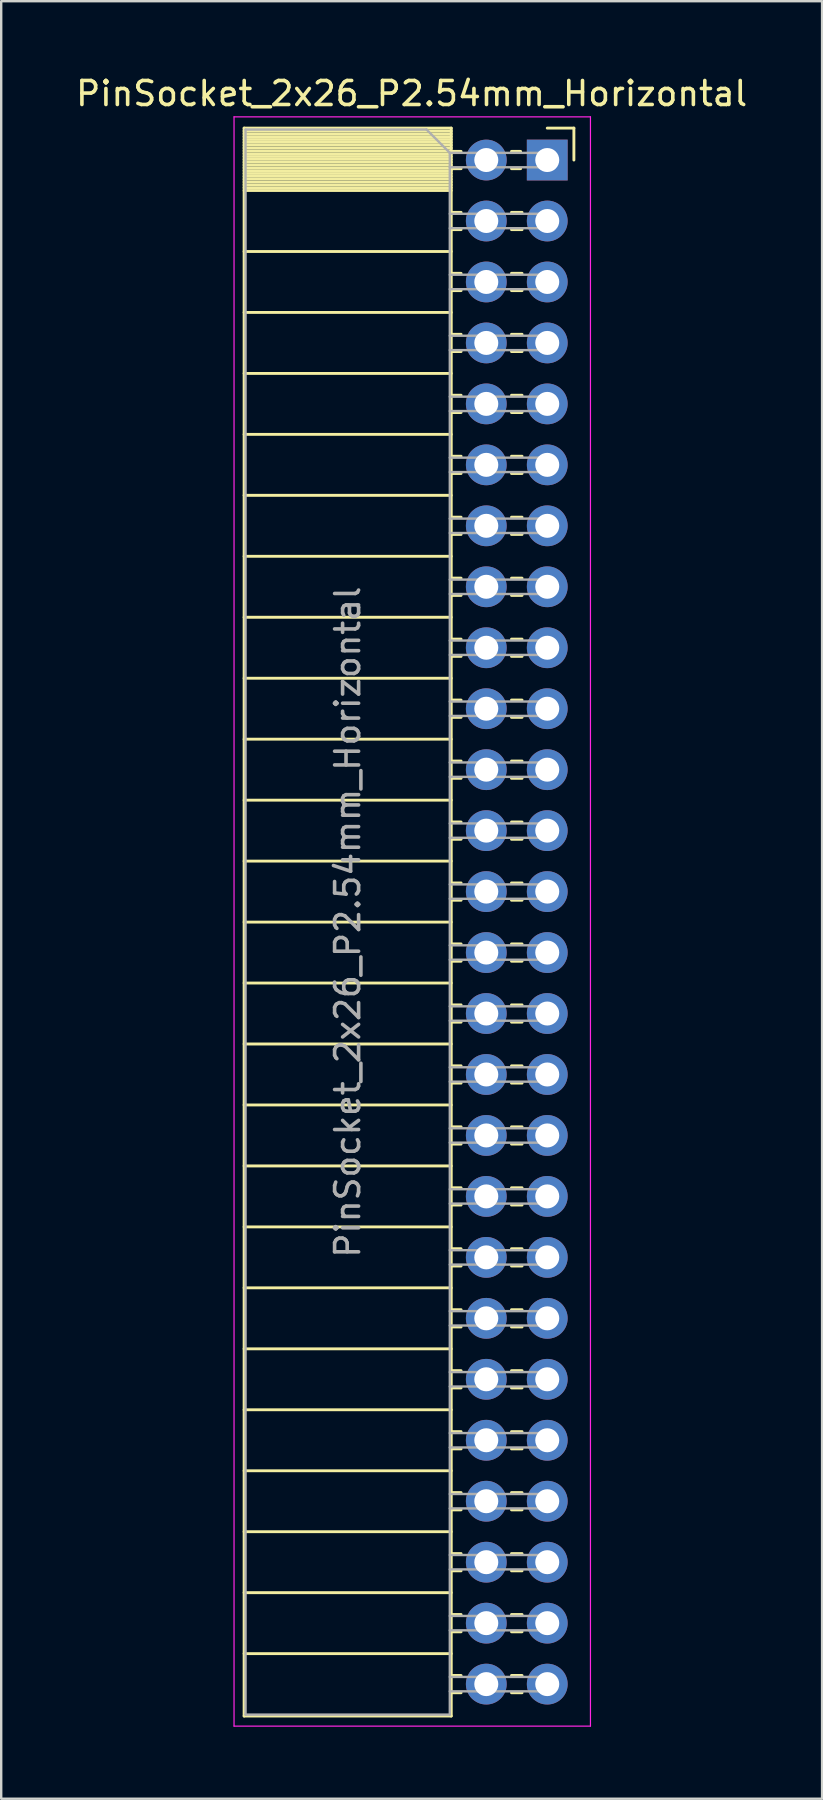
<source format=kicad_pcb>
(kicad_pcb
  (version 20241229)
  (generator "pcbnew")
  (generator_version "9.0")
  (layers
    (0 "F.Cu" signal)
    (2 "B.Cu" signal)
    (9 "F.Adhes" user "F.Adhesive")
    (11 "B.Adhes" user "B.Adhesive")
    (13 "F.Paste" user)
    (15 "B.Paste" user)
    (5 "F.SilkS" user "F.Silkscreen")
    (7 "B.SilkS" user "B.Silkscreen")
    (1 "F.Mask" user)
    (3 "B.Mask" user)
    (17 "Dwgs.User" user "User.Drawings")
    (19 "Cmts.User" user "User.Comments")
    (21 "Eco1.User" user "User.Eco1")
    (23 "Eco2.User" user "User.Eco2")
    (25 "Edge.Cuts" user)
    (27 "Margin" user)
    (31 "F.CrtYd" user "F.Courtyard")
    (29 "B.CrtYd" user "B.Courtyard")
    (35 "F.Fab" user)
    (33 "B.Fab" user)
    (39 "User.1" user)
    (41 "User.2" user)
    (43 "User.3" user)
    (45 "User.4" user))
  (footprint "PinSocket_2x26_P2.54mm_Horizontal"
    (layer "F.Cu")
    (at 19.751 3.618)
    (property "Reference" "PinSocket_2x26_P2.54mm_Horizontal" (at -5.65 -2.77 0) (layer "F.SilkS") (effects (font (size 1 1) (thickness 0.15))))
    (attr through_hole)
    (fp_line (start -12.63 -1.33) (end -12.63 64.83) (stroke (width 0.12) (type solid)) (layer "F.SilkS"))
    (fp_line (start -12.63 -1.33) (end -4 -1.33) (stroke (width 0.12) (type solid)) (layer "F.SilkS"))
    (fp_line (start -12.63 -1.21) (end -4 -1.21) (stroke (width 0.12) (type solid)) (layer "F.SilkS"))
    (fp_line (start -12.63 -1.092) (end -4 -1.092) (stroke (width 0.12) (type solid)) (layer "F.SilkS"))
    (fp_line (start -12.63 -0.974) (end -4 -0.974) (stroke (width 0.12) (type solid)) (layer "F.SilkS"))
    (fp_line (start -12.63 -0.856) (end -4 -0.856) (stroke (width 0.12) (type solid)) (layer "F.SilkS"))
    (fp_line (start -12.63 -0.738) (end -4 -0.738) (stroke (width 0.12) (type solid)) (layer "F.SilkS"))
    (fp_line (start -12.63 -0.62) (end -4 -0.62) (stroke (width 0.12) (type solid)) (layer "F.SilkS"))
    (fp_line (start -12.63 -0.501) (end -4 -0.501) (stroke (width 0.12) (type solid)) (layer "F.SilkS"))
    (fp_line (start -12.63 -0.383) (end -4 -0.383) (stroke (width 0.12) (type solid)) (layer "F.SilkS"))
    (fp_line (start -12.63 -0.265) (end -4 -0.265) (stroke (width 0.12) (type solid)) (layer "F.SilkS"))
    (fp_line (start -12.63 -0.147) (end -4 -0.147) (stroke (width 0.12) (type solid)) (layer "F.SilkS"))
    (fp_line (start -12.63 -0.029) (end -4 -0.029) (stroke (width 0.12) (type solid)) (layer "F.SilkS"))
    (fp_line (start -12.63 0.089) (end -4 0.089) (stroke (width 0.12) (type solid)) (layer "F.SilkS"))
    (fp_line (start -12.63 0.207) (end -4 0.207) (stroke (width 0.12) (type solid)) (layer "F.SilkS"))
    (fp_line (start -12.63 0.325) (end -4 0.325) (stroke (width 0.12) (type solid)) (layer "F.SilkS"))
    (fp_line (start -12.63 0.443) (end -4 0.443) (stroke (width 0.12) (type solid)) (layer "F.SilkS"))
    (fp_line (start -12.63 0.561) (end -4 0.561) (stroke (width 0.12) (type solid)) (layer "F.SilkS"))
    (fp_line (start -12.63 0.68) (end -4 0.68) (stroke (width 0.12) (type solid)) (layer "F.SilkS"))
    (fp_line (start -12.63 0.798) (end -4 0.798) (stroke (width 0.12) (type solid)) (layer "F.SilkS"))
    (fp_line (start -12.63 0.916) (end -4 0.916) (stroke (width 0.12) (type solid)) (layer "F.SilkS"))
    (fp_line (start -12.63 1.034) (end -4 1.034) (stroke (width 0.12) (type solid)) (layer "F.SilkS"))
    (fp_line (start -12.63 1.152) (end -4 1.152) (stroke (width 0.12) (type solid)) (layer "F.SilkS"))
    (fp_line (start -12.63 1.27) (end -4 1.27) (stroke (width 0.12) (type solid)) (layer "F.SilkS"))
    (fp_line (start -12.63 3.81) (end -4 3.81) (stroke (width 0.12) (type solid)) (layer "F.SilkS"))
    (fp_line (start -12.63 6.35) (end -4 6.35) (stroke (width 0.12) (type solid)) (layer "F.SilkS"))
    (fp_line (start -12.63 8.89) (end -4 8.89) (stroke (width 0.12) (type solid)) (layer "F.SilkS"))
    (fp_line (start -12.63 11.43) (end -4 11.43) (stroke (width 0.12) (type solid)) (layer "F.SilkS"))
    (fp_line (start -12.63 13.97) (end -4 13.97) (stroke (width 0.12) (type solid)) (layer "F.SilkS"))
    (fp_line (start -12.63 16.51) (end -4 16.51) (stroke (width 0.12) (type solid)) (layer "F.SilkS"))
    (fp_line (start -12.63 19.05) (end -4 19.05) (stroke (width 0.12) (type solid)) (layer "F.SilkS"))
    (fp_line (start -12.63 21.59) (end -4 21.59) (stroke (width 0.12) (type solid)) (layer "F.SilkS"))
    (fp_line (start -12.63 24.13) (end -4 24.13) (stroke (width 0.12) (type solid)) (layer "F.SilkS"))
    (fp_line (start -12.63 26.67) (end -4 26.67) (stroke (width 0.12) (type solid)) (layer "F.SilkS"))
    (fp_line (start -12.63 29.21) (end -4 29.21) (stroke (width 0.12) (type solid)) (layer "F.SilkS"))
    (fp_line (start -12.63 31.75) (end -4 31.75) (stroke (width 0.12) (type solid)) (layer "F.SilkS"))
    (fp_line (start -12.63 34.29) (end -4 34.29) (stroke (width 0.12) (type solid)) (layer "F.SilkS"))
    (fp_line (start -12.63 36.83) (end -4 36.83) (stroke (width 0.12) (type solid)) (layer "F.SilkS"))
    (fp_line (start -12.63 39.37) (end -4 39.37) (stroke (width 0.12) (type solid)) (layer "F.SilkS"))
    (fp_line (start -12.63 41.91) (end -4 41.91) (stroke (width 0.12) (type solid)) (layer "F.SilkS"))
    (fp_line (start -12.63 44.45) (end -4 44.45) (stroke (width 0.12) (type solid)) (layer "F.SilkS"))
    (fp_line (start -12.63 46.99) (end -4 46.99) (stroke (width 0.12) (type solid)) (layer "F.SilkS"))
    (fp_line (start -12.63 49.53) (end -4 49.53) (stroke (width 0.12) (type solid)) (layer "F.SilkS"))
    (fp_line (start -12.63 52.07) (end -4 52.07) (stroke (width 0.12) (type solid)) (layer "F.SilkS"))
    (fp_line (start -12.63 54.61) (end -4 54.61) (stroke (width 0.12) (type solid)) (layer "F.SilkS"))
    (fp_line (start -12.63 57.15) (end -4 57.15) (stroke (width 0.12) (type solid)) (layer "F.SilkS"))
    (fp_line (start -12.63 59.69) (end -4 59.69) (stroke (width 0.12) (type solid)) (layer "F.SilkS"))
    (fp_line (start -12.63 62.23) (end -4 62.23) (stroke (width 0.12) (type solid)) (layer "F.SilkS"))
    (fp_line (start -12.63 64.83) (end -4 64.83) (stroke (width 0.12) (type solid)) (layer "F.SilkS"))
    (fp_line (start -4 -1.33) (end -4 64.83) (stroke (width 0.12) (type solid)) (layer "F.SilkS"))
    (fp_line (start -4 -0.36) (end -3.59 -0.36) (stroke (width 0.12) (type solid)) (layer "F.SilkS"))
    (fp_line (start -4 0.36) (end -3.59 0.36) (stroke (width 0.12) (type solid)) (layer "F.SilkS"))
    (fp_line (start -4 2.18) (end -3.59 2.18) (stroke (width 0.12) (type solid)) (layer "F.SilkS"))
    (fp_line (start -4 2.9) (end -3.59 2.9) (stroke (width 0.12) (type solid)) (layer "F.SilkS"))
    (fp_line (start -4 4.72) (end -3.59 4.72) (stroke (width 0.12) (type solid)) (layer "F.SilkS"))
    (fp_line (start -4 5.44) (end -3.59 5.44) (stroke (width 0.12) (type solid)) (layer "F.SilkS"))
    (fp_line (start -4 7.26) (end -3.59 7.26) (stroke (width 0.12) (type solid)) (layer "F.SilkS"))
    (fp_line (start -4 7.98) (end -3.59 7.98) (stroke (width 0.12) (type solid)) (layer "F.SilkS"))
    (fp_line (start -4 9.8) (end -3.59 9.8) (stroke (width 0.12) (type solid)) (layer "F.SilkS"))
    (fp_line (start -4 10.52) (end -3.59 10.52) (stroke (width 0.12) (type solid)) (layer "F.SilkS"))
    (fp_line (start -4 12.34) (end -3.59 12.34) (stroke (width 0.12) (type solid)) (layer "F.SilkS"))
    (fp_line (start -4 13.06) (end -3.59 13.06) (stroke (width 0.12) (type solid)) (layer "F.SilkS"))
    (fp_line (start -4 14.88) (end -3.59 14.88) (stroke (width 0.12) (type solid)) (layer "F.SilkS"))
    (fp_line (start -4 15.6) (end -3.59 15.6) (stroke (width 0.12) (type solid)) (layer "F.SilkS"))
    (fp_line (start -4 17.42) (end -3.59 17.42) (stroke (width 0.12) (type solid)) (layer "F.SilkS"))
    (fp_line (start -4 18.14) (end -3.59 18.14) (stroke (width 0.12) (type solid)) (layer "F.SilkS"))
    (fp_line (start -4 19.96) (end -3.59 19.96) (stroke (width 0.12) (type solid)) (layer "F.SilkS"))
    (fp_line (start -4 20.68) (end -3.59 20.68) (stroke (width 0.12) (type solid)) (layer "F.SilkS"))
    (fp_line (start -4 22.5) (end -3.59 22.5) (stroke (width 0.12) (type solid)) (layer "F.SilkS"))
    (fp_line (start -4 23.22) (end -3.59 23.22) (stroke (width 0.12) (type solid)) (layer "F.SilkS"))
    (fp_line (start -4 25.04) (end -3.59 25.04) (stroke (width 0.12) (type solid)) (layer "F.SilkS"))
    (fp_line (start -4 25.76) (end -3.59 25.76) (stroke (width 0.12) (type solid)) (layer "F.SilkS"))
    (fp_line (start -4 27.58) (end -3.59 27.58) (stroke (width 0.12) (type solid)) (layer "F.SilkS"))
    (fp_line (start -4 28.3) (end -3.59 28.3) (stroke (width 0.12) (type solid)) (layer "F.SilkS"))
    (fp_line (start -4 30.12) (end -3.59 30.12) (stroke (width 0.12) (type solid)) (layer "F.SilkS"))
    (fp_line (start -4 30.84) (end -3.59 30.84) (stroke (width 0.12) (type solid)) (layer "F.SilkS"))
    (fp_line (start -4 32.66) (end -3.59 32.66) (stroke (width 0.12) (type solid)) (layer "F.SilkS"))
    (fp_line (start -4 33.38) (end -3.59 33.38) (stroke (width 0.12) (type solid)) (layer "F.SilkS"))
    (fp_line (start -4 35.2) (end -3.59 35.2) (stroke (width 0.12) (type solid)) (layer "F.SilkS"))
    (fp_line (start -4 35.92) (end -3.59 35.92) (stroke (width 0.12) (type solid)) (layer "F.SilkS"))
    (fp_line (start -4 37.74) (end -3.59 37.74) (stroke (width 0.12) (type solid)) (layer "F.SilkS"))
    (fp_line (start -4 38.46) (end -3.59 38.46) (stroke (width 0.12) (type solid)) (layer "F.SilkS"))
    (fp_line (start -4 40.28) (end -3.59 40.28) (stroke (width 0.12) (type solid)) (layer "F.SilkS"))
    (fp_line (start -4 41) (end -3.59 41) (stroke (width 0.12) (type solid)) (layer "F.SilkS"))
    (fp_line (start -4 42.82) (end -3.59 42.82) (stroke (width 0.12) (type solid)) (layer "F.SilkS"))
    (fp_line (start -4 43.54) (end -3.59 43.54) (stroke (width 0.12) (type solid)) (layer "F.SilkS"))
    (fp_line (start -4 45.36) (end -3.59 45.36) (stroke (width 0.12) (type solid)) (layer "F.SilkS"))
    (fp_line (start -4 46.08) (end -3.59 46.08) (stroke (width 0.12) (type solid)) (layer "F.SilkS"))
    (fp_line (start -4 47.9) (end -3.59 47.9) (stroke (width 0.12) (type solid)) (layer "F.SilkS"))
    (fp_line (start -4 48.62) (end -3.59 48.62) (stroke (width 0.12) (type solid)) (layer "F.SilkS"))
    (fp_line (start -4 50.44) (end -3.59 50.44) (stroke (width 0.12) (type solid)) (layer "F.SilkS"))
    (fp_line (start -4 51.16) (end -3.59 51.16) (stroke (width 0.12) (type solid)) (layer "F.SilkS"))
    (fp_line (start -4 52.98) (end -3.59 52.98) (stroke (width 0.12) (type solid)) (layer "F.SilkS"))
    (fp_line (start -4 53.7) (end -3.59 53.7) (stroke (width 0.12) (type solid)) (layer "F.SilkS"))
    (fp_line (start -4 55.52) (end -3.59 55.52) (stroke (width 0.12) (type solid)) (layer "F.SilkS"))
    (fp_line (start -4 56.24) (end -3.59 56.24) (stroke (width 0.12) (type solid)) (layer "F.SilkS"))
    (fp_line (start -4 58.06) (end -3.59 58.06) (stroke (width 0.12) (type solid)) (layer "F.SilkS"))
    (fp_line (start -4 58.78) (end -3.59 58.78) (stroke (width 0.12) (type solid)) (layer "F.SilkS"))
    (fp_line (start -4 60.6) (end -3.59 60.6) (stroke (width 0.12) (type solid)) (layer "F.SilkS"))
    (fp_line (start -4 61.32) (end -3.59 61.32) (stroke (width 0.12) (type solid)) (layer "F.SilkS"))
    (fp_line (start -4 63.14) (end -3.59 63.14) (stroke (width 0.12) (type solid)) (layer "F.SilkS"))
    (fp_line (start -4 63.86) (end -3.59 63.86) (stroke (width 0.12) (type solid)) (layer "F.SilkS"))
    (fp_line (start -1.49 -0.36) (end -1.11 -0.36) (stroke (width 0.12) (type solid)) (layer "F.SilkS"))
    (fp_line (start -1.49 0.36) (end -1.11 0.36) (stroke (width 0.12) (type solid)) (layer "F.SilkS"))
    (fp_line (start -1.49 2.18) (end -1.05 2.18) (stroke (width 0.12) (type solid)) (layer "F.SilkS"))
    (fp_line (start -1.49 2.9) (end -1.05 2.9) (stroke (width 0.12) (type solid)) (layer "F.SilkS"))
    (fp_line (start -1.49 4.72) (end -1.05 4.72) (stroke (width 0.12) (type solid)) (layer "F.SilkS"))
    (fp_line (start -1.49 5.44) (end -1.05 5.44) (stroke (width 0.12) (type solid)) (layer "F.SilkS"))
    (fp_line (start -1.49 7.26) (end -1.05 7.26) (stroke (width 0.12) (type solid)) (layer "F.SilkS"))
    (fp_line (start -1.49 7.98) (end -1.05 7.98) (stroke (width 0.12) (type solid)) (layer "F.SilkS"))
    (fp_line (start -1.49 9.8) (end -1.05 9.8) (stroke (width 0.12) (type solid)) (layer "F.SilkS"))
    (fp_line (start -1.49 10.52) (end -1.05 10.52) (stroke (width 0.12) (type solid)) (layer "F.SilkS"))
    (fp_line (start -1.49 12.34) (end -1.05 12.34) (stroke (width 0.12) (type solid)) (layer "F.SilkS"))
    (fp_line (start -1.49 13.06) (end -1.05 13.06) (stroke (width 0.12) (type solid)) (layer "F.SilkS"))
    (fp_line (start -1.49 14.88) (end -1.05 14.88) (stroke (width 0.12) (type solid)) (layer "F.SilkS"))
    (fp_line (start -1.49 15.6) (end -1.05 15.6) (stroke (width 0.12) (type solid)) (layer "F.SilkS"))
    (fp_line (start -1.49 17.42) (end -1.05 17.42) (stroke (width 0.12) (type solid)) (layer "F.SilkS"))
    (fp_line (start -1.49 18.14) (end -1.05 18.14) (stroke (width 0.12) (type solid)) (layer "F.SilkS"))
    (fp_line (start -1.49 19.96) (end -1.05 19.96) (stroke (width 0.12) (type solid)) (layer "F.SilkS"))
    (fp_line (start -1.49 20.68) (end -1.05 20.68) (stroke (width 0.12) (type solid)) (layer "F.SilkS"))
    (fp_line (start -1.49 22.5) (end -1.05 22.5) (stroke (width 0.12) (type solid)) (layer "F.SilkS"))
    (fp_line (start -1.49 23.22) (end -1.05 23.22) (stroke (width 0.12) (type solid)) (layer "F.SilkS"))
    (fp_line (start -1.49 25.04) (end -1.05 25.04) (stroke (width 0.12) (type solid)) (layer "F.SilkS"))
    (fp_line (start -1.49 25.76) (end -1.05 25.76) (stroke (width 0.12) (type solid)) (layer "F.SilkS"))
    (fp_line (start -1.49 27.58) (end -1.05 27.58) (stroke (width 0.12) (type solid)) (layer "F.SilkS"))
    (fp_line (start -1.49 28.3) (end -1.05 28.3) (stroke (width 0.12) (type solid)) (layer "F.SilkS"))
    (fp_line (start -1.49 30.12) (end -1.05 30.12) (stroke (width 0.12) (type solid)) (layer "F.SilkS"))
    (fp_line (start -1.49 30.84) (end -1.05 30.84) (stroke (width 0.12) (type solid)) (layer "F.SilkS"))
    (fp_line (start -1.49 32.66) (end -1.05 32.66) (stroke (width 0.12) (type solid)) (layer "F.SilkS"))
    (fp_line (start -1.49 33.38) (end -1.05 33.38) (stroke (width 0.12) (type solid)) (layer "F.SilkS"))
    (fp_line (start -1.49 35.2) (end -1.05 35.2) (stroke (width 0.12) (type solid)) (layer "F.SilkS"))
    (fp_line (start -1.49 35.92) (end -1.05 35.92) (stroke (width 0.12) (type solid)) (layer "F.SilkS"))
    (fp_line (start -1.49 37.74) (end -1.05 37.74) (stroke (width 0.12) (type solid)) (layer "F.SilkS"))
    (fp_line (start -1.49 38.46) (end -1.05 38.46) (stroke (width 0.12) (type solid)) (layer "F.SilkS"))
    (fp_line (start -1.49 40.28) (end -1.05 40.28) (stroke (width 0.12) (type solid)) (layer "F.SilkS"))
    (fp_line (start -1.49 41) (end -1.05 41) (stroke (width 0.12) (type solid)) (layer "F.SilkS"))
    (fp_line (start -1.49 42.82) (end -1.05 42.82) (stroke (width 0.12) (type solid)) (layer "F.SilkS"))
    (fp_line (start -1.49 43.54) (end -1.05 43.54) (stroke (width 0.12) (type solid)) (layer "F.SilkS"))
    (fp_line (start -1.49 45.36) (end -1.05 45.36) (stroke (width 0.12) (type solid)) (layer "F.SilkS"))
    (fp_line (start -1.49 46.08) (end -1.05 46.08) (stroke (width 0.12) (type solid)) (layer "F.SilkS"))
    (fp_line (start -1.49 47.9) (end -1.05 47.9) (stroke (width 0.12) (type solid)) (layer "F.SilkS"))
    (fp_line (start -1.49 48.62) (end -1.05 48.62) (stroke (width 0.12) (type solid)) (layer "F.SilkS"))
    (fp_line (start -1.49 50.44) (end -1.05 50.44) (stroke (width 0.12) (type solid)) (layer "F.SilkS"))
    (fp_line (start -1.49 51.16) (end -1.05 51.16) (stroke (width 0.12) (type solid)) (layer "F.SilkS"))
    (fp_line (start -1.49 52.98) (end -1.05 52.98) (stroke (width 0.12) (type solid)) (layer "F.SilkS"))
    (fp_line (start -1.49 53.7) (end -1.05 53.7) (stroke (width 0.12) (type solid)) (layer "F.SilkS"))
    (fp_line (start -1.49 55.52) (end -1.05 55.52) (stroke (width 0.12) (type solid)) (layer "F.SilkS"))
    (fp_line (start -1.49 56.24) (end -1.05 56.24) (stroke (width 0.12) (type solid)) (layer "F.SilkS"))
    (fp_line (start -1.49 58.06) (end -1.05 58.06) (stroke (width 0.12) (type solid)) (layer "F.SilkS"))
    (fp_line (start -1.49 58.78) (end -1.05 58.78) (stroke (width 0.12) (type solid)) (layer "F.SilkS"))
    (fp_line (start -1.49 60.6) (end -1.05 60.6) (stroke (width 0.12) (type solid)) (layer "F.SilkS"))
    (fp_line (start -1.49 61.32) (end -1.05 61.32) (stroke (width 0.12) (type solid)) (layer "F.SilkS"))
    (fp_line (start -1.49 63.14) (end -1.05 63.14) (stroke (width 0.12) (type solid)) (layer "F.SilkS"))
    (fp_line (start -1.49 63.86) (end -1.05 63.86) (stroke (width 0.12) (type solid)) (layer "F.SilkS"))
    (fp_line (start 0 -1.33) (end 1.11 -1.33) (stroke (width 0.12) (type solid)) (layer "F.SilkS"))
    (fp_line (start 1.11 -1.33) (end 1.11 0) (stroke (width 0.12) (type solid)) (layer "F.SilkS"))
    (fp_line (start -13.05 -1.8) (end -13.05 65.25) (stroke (width 0.05) (type solid)) (layer "F.CrtYd"))
    (fp_line (start -13.05 65.25) (end 1.8 65.25) (stroke (width 0.05) (type solid)) (layer "F.CrtYd"))
    (fp_line (start 1.8 -1.8) (end -13.05 -1.8) (stroke (width 0.05) (type solid)) (layer "F.CrtYd"))
    (fp_line (start 1.8 65.25) (end 1.8 -1.8) (stroke (width 0.05) (type solid)) (layer "F.CrtYd"))
    (fp_line (start -12.57 -1.27) (end -5.03 -1.27) (stroke (width 0.1) (type solid)) (layer "F.Fab"))
    (fp_line (start -12.57 64.77) (end -12.57 -1.27) (stroke (width 0.1) (type solid)) (layer "F.Fab"))
    (fp_line (start -5.03 -1.27) (end -4.06 -0.3) (stroke (width 0.1) (type solid)) (layer "F.Fab"))
    (fp_line (start -4.06 -0.3) (end -4.06 64.77) (stroke (width 0.1) (type solid)) (layer "F.Fab"))
    (fp_line (start -4.06 0.3) (end 0 0.3) (stroke (width 0.1) (type solid)) (layer "F.Fab"))
    (fp_line (start -4.06 2.84) (end 0 2.84) (stroke (width 0.1) (type solid)) (layer "F.Fab"))
    (fp_line (start -4.06 5.38) (end 0 5.38) (stroke (width 0.1) (type solid)) (layer "F.Fab"))
    (fp_line (start -4.06 7.92) (end 0 7.92) (stroke (width 0.1) (type solid)) (layer "F.Fab"))
    (fp_line (start -4.06 10.46) (end 0 10.46) (stroke (width 0.1) (type solid)) (layer "F.Fab"))
    (fp_line (start -4.06 13) (end 0 13) (stroke (width 0.1) (type solid)) (layer "F.Fab"))
    (fp_line (start -4.06 15.54) (end 0 15.54) (stroke (width 0.1) (type solid)) (layer "F.Fab"))
    (fp_line (start -4.06 18.08) (end 0 18.08) (stroke (width 0.1) (type solid)) (layer "F.Fab"))
    (fp_line (start -4.06 20.62) (end 0 20.62) (stroke (width 0.1) (type solid)) (layer "F.Fab"))
    (fp_line (start -4.06 23.16) (end 0 23.16) (stroke (width 0.1) (type solid)) (layer "F.Fab"))
    (fp_line (start -4.06 25.7) (end 0 25.7) (stroke (width 0.1) (type solid)) (layer "F.Fab"))
    (fp_line (start -4.06 28.24) (end 0 28.24) (stroke (width 0.1) (type solid)) (layer "F.Fab"))
    (fp_line (start -4.06 30.78) (end 0 30.78) (stroke (width 0.1) (type solid)) (layer "F.Fab"))
    (fp_line (start -4.06 33.32) (end 0 33.32) (stroke (width 0.1) (type solid)) (layer "F.Fab"))
    (fp_line (start -4.06 35.86) (end 0 35.86) (stroke (width 0.1) (type solid)) (layer "F.Fab"))
    (fp_line (start -4.06 38.4) (end 0 38.4) (stroke (width 0.1) (type solid)) (layer "F.Fab"))
    (fp_line (start -4.06 40.94) (end 0 40.94) (stroke (width 0.1) (type solid)) (layer "F.Fab"))
    (fp_line (start -4.06 43.48) (end 0 43.48) (stroke (width 0.1) (type solid)) (layer "F.Fab"))
    (fp_line (start -4.06 46.02) (end 0 46.02) (stroke (width 0.1) (type solid)) (layer "F.Fab"))
    (fp_line (start -4.06 48.56) (end 0 48.56) (stroke (width 0.1) (type solid)) (layer "F.Fab"))
    (fp_line (start -4.06 51.1) (end 0 51.1) (stroke (width 0.1) (type solid)) (layer "F.Fab"))
    (fp_line (start -4.06 53.64) (end 0 53.64) (stroke (width 0.1) (type solid)) (layer "F.Fab"))
    (fp_line (start -4.06 56.18) (end 0 56.18) (stroke (width 0.1) (type solid)) (layer "F.Fab"))
    (fp_line (start -4.06 58.72) (end 0 58.72) (stroke (width 0.1) (type solid)) (layer "F.Fab"))
    (fp_line (start -4.06 61.26) (end 0 61.26) (stroke (width 0.1) (type solid)) (layer "F.Fab"))
    (fp_line (start -4.06 63.8) (end 0 63.8) (stroke (width 0.1) (type solid)) (layer "F.Fab"))
    (fp_line (start -4.06 64.77) (end -12.57 64.77) (stroke (width 0.1) (type solid)) (layer "F.Fab"))
    (fp_line (start 0 -0.3) (end -4.06 -0.3) (stroke (width 0.1) (type solid)) (layer "F.Fab"))
    (fp_line (start 0 0.3) (end 0 -0.3) (stroke (width 0.1) (type solid)) (layer "F.Fab"))
    (fp_line (start 0 2.24) (end -4.06 2.24) (stroke (width 0.1) (type solid)) (layer "F.Fab"))
    (fp_line (start 0 2.84) (end 0 2.24) (stroke (width 0.1) (type solid)) (layer "F.Fab"))
    (fp_line (start 0 4.78) (end -4.06 4.78) (stroke (width 0.1) (type solid)) (layer "F.Fab"))
    (fp_line (start 0 5.38) (end 0 4.78) (stroke (width 0.1) (type solid)) (layer "F.Fab"))
    (fp_line (start 0 7.32) (end -4.06 7.32) (stroke (width 0.1) (type solid)) (layer "F.Fab"))
    (fp_line (start 0 7.92) (end 0 7.32) (stroke (width 0.1) (type solid)) (layer "F.Fab"))
    (fp_line (start 0 9.86) (end -4.06 9.86) (stroke (width 0.1) (type solid)) (layer "F.Fab"))
    (fp_line (start 0 10.46) (end 0 9.86) (stroke (width 0.1) (type solid)) (layer "F.Fab"))
    (fp_line (start 0 12.4) (end -4.06 12.4) (stroke (width 0.1) (type solid)) (layer "F.Fab"))
    (fp_line (start 0 13) (end 0 12.4) (stroke (width 0.1) (type solid)) (layer "F.Fab"))
    (fp_line (start 0 14.94) (end -4.06 14.94) (stroke (width 0.1) (type solid)) (layer "F.Fab"))
    (fp_line (start 0 15.54) (end 0 14.94) (stroke (width 0.1) (type solid)) (layer "F.Fab"))
    (fp_line (start 0 17.48) (end -4.06 17.48) (stroke (width 0.1) (type solid)) (layer "F.Fab"))
    (fp_line (start 0 18.08) (end 0 17.48) (stroke (width 0.1) (type solid)) (layer "F.Fab"))
    (fp_line (start 0 20.02) (end -4.06 20.02) (stroke (width 0.1) (type solid)) (layer "F.Fab"))
    (fp_line (start 0 20.62) (end 0 20.02) (stroke (width 0.1) (type solid)) (layer "F.Fab"))
    (fp_line (start 0 22.56) (end -4.06 22.56) (stroke (width 0.1) (type solid)) (layer "F.Fab"))
    (fp_line (start 0 23.16) (end 0 22.56) (stroke (width 0.1) (type solid)) (layer "F.Fab"))
    (fp_line (start 0 25.1) (end -4.06 25.1) (stroke (width 0.1) (type solid)) (layer "F.Fab"))
    (fp_line (start 0 25.7) (end 0 25.1) (stroke (width 0.1) (type solid)) (layer "F.Fab"))
    (fp_line (start 0 27.64) (end -4.06 27.64) (stroke (width 0.1) (type solid)) (layer "F.Fab"))
    (fp_line (start 0 28.24) (end 0 27.64) (stroke (width 0.1) (type solid)) (layer "F.Fab"))
    (fp_line (start 0 30.18) (end -4.06 30.18) (stroke (width 0.1) (type solid)) (layer "F.Fab"))
    (fp_line (start 0 30.78) (end 0 30.18) (stroke (width 0.1) (type solid)) (layer "F.Fab"))
    (fp_line (start 0 32.72) (end -4.06 32.72) (stroke (width 0.1) (type solid)) (layer "F.Fab"))
    (fp_line (start 0 33.32) (end 0 32.72) (stroke (width 0.1) (type solid)) (layer "F.Fab"))
    (fp_line (start 0 35.26) (end -4.06 35.26) (stroke (width 0.1) (type solid)) (layer "F.Fab"))
    (fp_line (start 0 35.86) (end 0 35.26) (stroke (width 0.1) (type solid)) (layer "F.Fab"))
    (fp_line (start 0 37.8) (end -4.06 37.8) (stroke (width 0.1) (type solid)) (layer "F.Fab"))
    (fp_line (start 0 38.4) (end 0 37.8) (stroke (width 0.1) (type solid)) (layer "F.Fab"))
    (fp_line (start 0 40.34) (end -4.06 40.34) (stroke (width 0.1) (type solid)) (layer "F.Fab"))
    (fp_line (start 0 40.94) (end 0 40.34) (stroke (width 0.1) (type solid)) (layer "F.Fab"))
    (fp_line (start 0 42.88) (end -4.06 42.88) (stroke (width 0.1) (type solid)) (layer "F.Fab"))
    (fp_line (start 0 43.48) (end 0 42.88) (stroke (width 0.1) (type solid)) (layer "F.Fab"))
    (fp_line (start 0 45.42) (end -4.06 45.42) (stroke (width 0.1) (type solid)) (layer "F.Fab"))
    (fp_line (start 0 46.02) (end 0 45.42) (stroke (width 0.1) (type solid)) (layer "F.Fab"))
    (fp_line (start 0 47.96) (end -4.06 47.96) (stroke (width 0.1) (type solid)) (layer "F.Fab"))
    (fp_line (start 0 48.56) (end 0 47.96) (stroke (width 0.1) (type solid)) (layer "F.Fab"))
    (fp_line (start 0 50.5) (end -4.06 50.5) (stroke (width 0.1) (type solid)) (layer "F.Fab"))
    (fp_line (start 0 51.1) (end 0 50.5) (stroke (width 0.1) (type solid)) (layer "F.Fab"))
    (fp_line (start 0 53.04) (end -4.06 53.04) (stroke (width 0.1) (type solid)) (layer "F.Fab"))
    (fp_line (start 0 53.64) (end 0 53.04) (stroke (width 0.1) (type solid)) (layer "F.Fab"))
    (fp_line (start 0 55.58) (end -4.06 55.58) (stroke (width 0.1) (type solid)) (layer "F.Fab"))
    (fp_line (start 0 56.18) (end 0 55.58) (stroke (width 0.1) (type solid)) (layer "F.Fab"))
    (fp_line (start 0 58.12) (end -4.06 58.12) (stroke (width 0.1) (type solid)) (layer "F.Fab"))
    (fp_line (start 0 58.72) (end 0 58.12) (stroke (width 0.1) (type solid)) (layer "F.Fab"))
    (fp_line (start 0 60.66) (end -4.06 60.66) (stroke (width 0.1) (type solid)) (layer "F.Fab"))
    (fp_line (start 0 61.26) (end 0 60.66) (stroke (width 0.1) (type solid)) (layer "F.Fab"))
    (fp_line (start 0 63.2) (end -4.06 63.2) (stroke (width 0.1) (type solid)) (layer "F.Fab"))
    (fp_line (start 0 63.8) (end 0 63.2) (stroke (width 0.1) (type solid)) (layer "F.Fab"))
    (fp_text user "${REFERENCE}" (at -8.315 31.75 90) (layer "F.Fab") (effects (font (size 1 1) (thickness 0.15))))
    (pad "1" thru_hole rect (at 0 0) (size 1.7 1.7) (drill 1) (layers "*.Cu" "*.Mask"))
    (pad "2" thru_hole circle (at -2.54 0) (size 1.7 1.7) (drill 1) (layers "*.Cu" "*.Mask"))
    (pad "3" thru_hole circle (at 0 2.54) (size 1.7 1.7) (drill 1) (layers "*.Cu" "*.Mask"))
    (pad "4" thru_hole circle (at -2.54 2.54) (size 1.7 1.7) (drill 1) (layers "*.Cu" "*.Mask"))
    (pad "5" thru_hole circle (at 0 5.08) (size 1.7 1.7) (drill 1) (layers "*.Cu" "*.Mask"))
    (pad "6" thru_hole circle (at -2.54 5.08) (size 1.7 1.7) (drill 1) (layers "*.Cu" "*.Mask"))
    (pad "7" thru_hole circle (at 0 7.62) (size 1.7 1.7) (drill 1) (layers "*.Cu" "*.Mask"))
    (pad "8" thru_hole circle (at -2.54 7.62) (size 1.7 1.7) (drill 1) (layers "*.Cu" "*.Mask"))
    (pad "9" thru_hole circle (at 0 10.16) (size 1.7 1.7) (drill 1) (layers "*.Cu" "*.Mask"))
    (pad "10" thru_hole circle (at -2.54 10.16) (size 1.7 1.7) (drill 1) (layers "*.Cu" "*.Mask"))
    (pad "11" thru_hole circle (at 0 12.7) (size 1.7 1.7) (drill 1) (layers "*.Cu" "*.Mask"))
    (pad "12" thru_hole circle (at -2.54 12.7) (size 1.7 1.7) (drill 1) (layers "*.Cu" "*.Mask"))
    (pad "13" thru_hole circle (at 0 15.24) (size 1.7 1.7) (drill 1) (layers "*.Cu" "*.Mask"))
    (pad "14" thru_hole circle (at -2.54 15.24) (size 1.7 1.7) (drill 1) (layers "*.Cu" "*.Mask"))
    (pad "15" thru_hole circle (at 0 17.78) (size 1.7 1.7) (drill 1) (layers "*.Cu" "*.Mask"))
    (pad "16" thru_hole circle (at -2.54 17.78) (size 1.7 1.7) (drill 1) (layers "*.Cu" "*.Mask"))
    (pad "17" thru_hole circle (at 0 20.32) (size 1.7 1.7) (drill 1) (layers "*.Cu" "*.Mask"))
    (pad "18" thru_hole circle (at -2.54 20.32) (size 1.7 1.7) (drill 1) (layers "*.Cu" "*.Mask"))
    (pad "19" thru_hole circle (at 0 22.86) (size 1.7 1.7) (drill 1) (layers "*.Cu" "*.Mask"))
    (pad "20" thru_hole circle (at -2.54 22.86) (size 1.7 1.7) (drill 1) (layers "*.Cu" "*.Mask"))
    (pad "21" thru_hole circle (at 0 25.4) (size 1.7 1.7) (drill 1) (layers "*.Cu" "*.Mask"))
    (pad "22" thru_hole circle (at -2.54 25.4) (size 1.7 1.7) (drill 1) (layers "*.Cu" "*.Mask"))
    (pad "23" thru_hole circle (at 0 27.94) (size 1.7 1.7) (drill 1) (layers "*.Cu" "*.Mask"))
    (pad "24" thru_hole circle (at -2.54 27.94) (size 1.7 1.7) (drill 1) (layers "*.Cu" "*.Mask"))
    (pad "25" thru_hole circle (at 0 30.48) (size 1.7 1.7) (drill 1) (layers "*.Cu" "*.Mask"))
    (pad "26" thru_hole circle (at -2.54 30.48) (size 1.7 1.7) (drill 1) (layers "*.Cu" "*.Mask"))
    (pad "27" thru_hole circle (at 0 33.02) (size 1.7 1.7) (drill 1) (layers "*.Cu" "*.Mask"))
    (pad "28" thru_hole circle (at -2.54 33.02) (size 1.7 1.7) (drill 1) (layers "*.Cu" "*.Mask"))
    (pad "29" thru_hole circle (at 0 35.56) (size 1.7 1.7) (drill 1) (layers "*.Cu" "*.Mask"))
    (pad "30" thru_hole circle (at -2.54 35.56) (size 1.7 1.7) (drill 1) (layers "*.Cu" "*.Mask"))
    (pad "31" thru_hole circle (at 0 38.1) (size 1.7 1.7) (drill 1) (layers "*.Cu" "*.Mask"))
    (pad "32" thru_hole circle (at -2.54 38.1) (size 1.7 1.7) (drill 1) (layers "*.Cu" "*.Mask"))
    (pad "33" thru_hole circle (at 0 40.64) (size 1.7 1.7) (drill 1) (layers "*.Cu" "*.Mask"))
    (pad "34" thru_hole circle (at -2.54 40.64) (size 1.7 1.7) (drill 1) (layers "*.Cu" "*.Mask"))
    (pad "35" thru_hole circle (at 0 43.18) (size 1.7 1.7) (drill 1) (layers "*.Cu" "*.Mask"))
    (pad "36" thru_hole circle (at -2.54 43.18) (size 1.7 1.7) (drill 1) (layers "*.Cu" "*.Mask"))
    (pad "37" thru_hole circle (at 0 45.72) (size 1.7 1.7) (drill 1) (layers "*.Cu" "*.Mask"))
    (pad "38" thru_hole circle (at -2.54 45.72) (size 1.7 1.7) (drill 1) (layers "*.Cu" "*.Mask"))
    (pad "39" thru_hole circle (at 0 48.26) (size 1.7 1.7) (drill 1) (layers "*.Cu" "*.Mask"))
    (pad "40" thru_hole circle (at -2.54 48.26) (size 1.7 1.7) (drill 1) (layers "*.Cu" "*.Mask"))
    (pad "41" thru_hole circle (at 0 50.8) (size 1.7 1.7) (drill 1) (layers "*.Cu" "*.Mask"))
    (pad "42" thru_hole circle (at -2.54 50.8) (size 1.7 1.7) (drill 1) (layers "*.Cu" "*.Mask"))
    (pad "43" thru_hole circle (at 0 53.34) (size 1.7 1.7) (drill 1) (layers "*.Cu" "*.Mask"))
    (pad "44" thru_hole circle (at -2.54 53.34) (size 1.7 1.7) (drill 1) (layers "*.Cu" "*.Mask"))
    (pad "45" thru_hole circle (at 0 55.88) (size 1.7 1.7) (drill 1) (layers "*.Cu" "*.Mask"))
    (pad "46" thru_hole circle (at -2.54 55.88) (size 1.7 1.7) (drill 1) (layers "*.Cu" "*.Mask"))
    (pad "47" thru_hole circle (at 0 58.42) (size 1.7 1.7) (drill 1) (layers "*.Cu" "*.Mask"))
    (pad "48" thru_hole circle (at -2.54 58.42) (size 1.7 1.7) (drill 1) (layers "*.Cu" "*.Mask"))
    (pad "49" thru_hole circle (at 0 60.96) (size 1.7 1.7) (drill 1) (layers "*.Cu" "*.Mask"))
    (pad "50" thru_hole circle (at -2.54 60.96) (size 1.7 1.7) (drill 1) (layers "*.Cu" "*.Mask"))
    (pad "51" thru_hole circle (at 0 63.5) (size 1.7 1.7) (drill 1) (layers "*.Cu" "*.Mask"))
    (pad "52" thru_hole circle (at -2.54 63.5) (size 1.7 1.7) (drill 1) (layers "*.Cu" "*.Mask")))
  (gr_rect
    (start -3 -3)
    (end 31.202 71.893)
    (stroke (width 0.1) (type default))
    (fill no)
    (layer "Edge.Cuts")))
</source>
